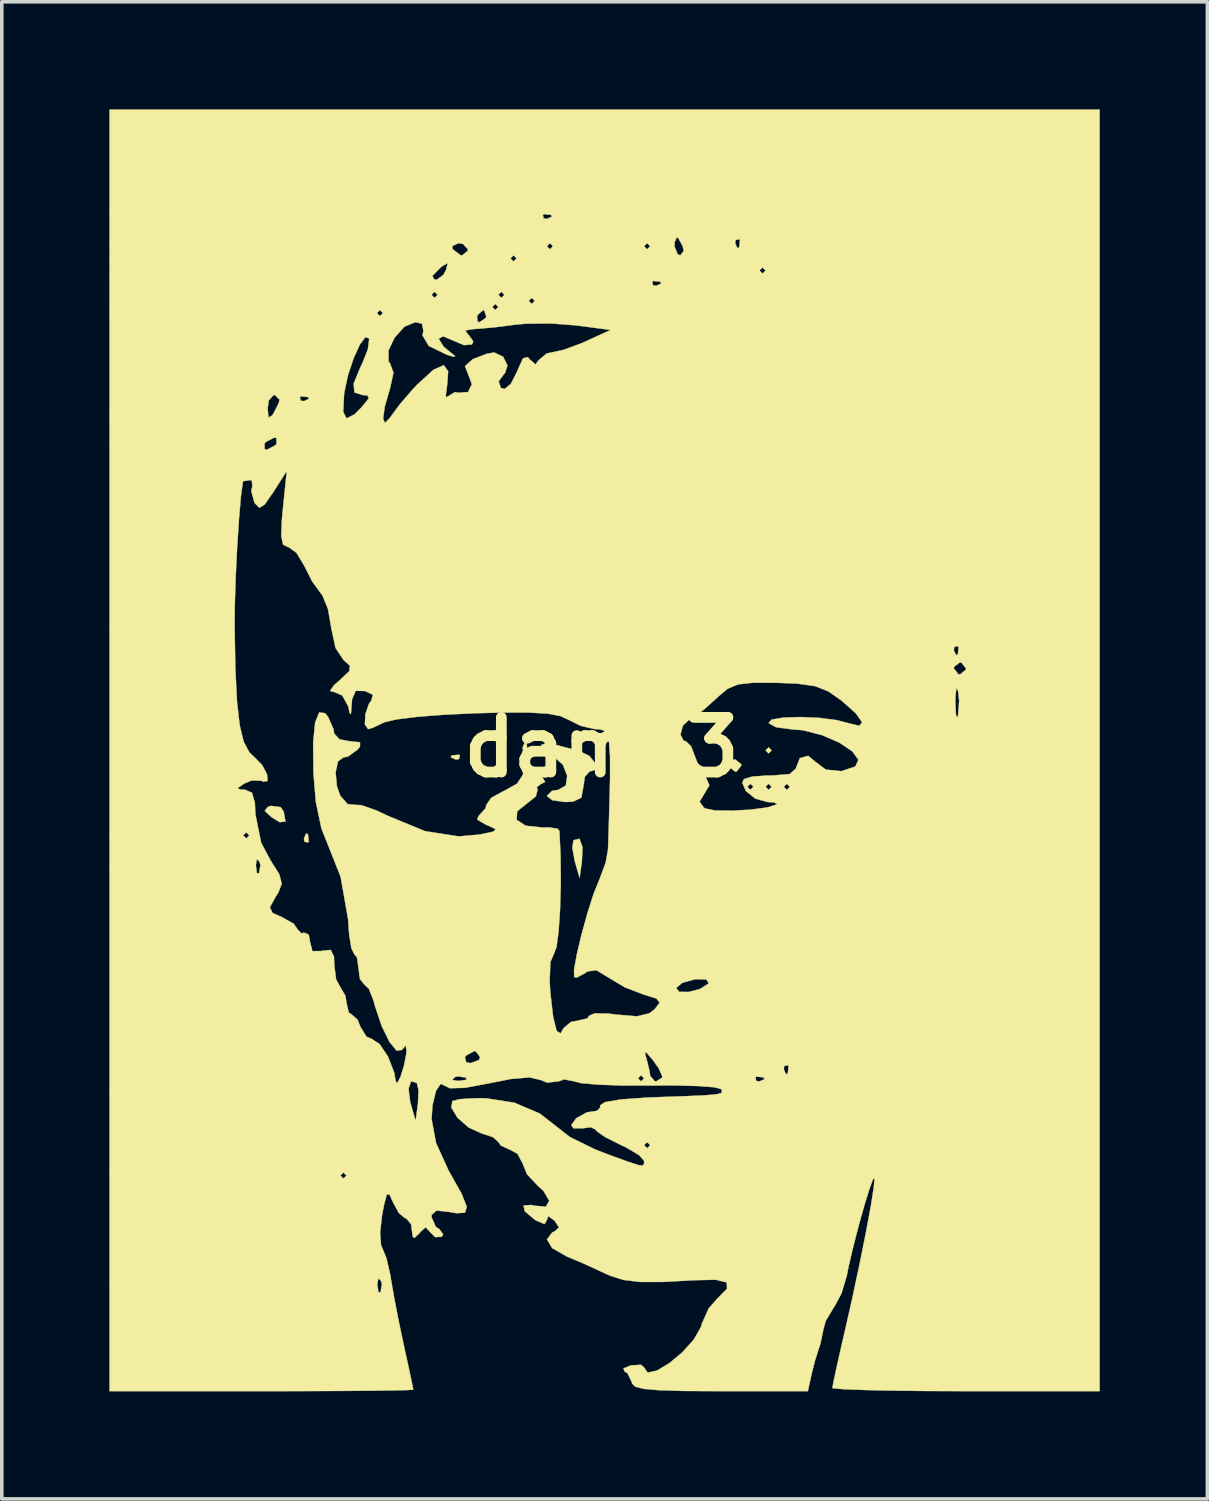
<source format=kicad_pcb>
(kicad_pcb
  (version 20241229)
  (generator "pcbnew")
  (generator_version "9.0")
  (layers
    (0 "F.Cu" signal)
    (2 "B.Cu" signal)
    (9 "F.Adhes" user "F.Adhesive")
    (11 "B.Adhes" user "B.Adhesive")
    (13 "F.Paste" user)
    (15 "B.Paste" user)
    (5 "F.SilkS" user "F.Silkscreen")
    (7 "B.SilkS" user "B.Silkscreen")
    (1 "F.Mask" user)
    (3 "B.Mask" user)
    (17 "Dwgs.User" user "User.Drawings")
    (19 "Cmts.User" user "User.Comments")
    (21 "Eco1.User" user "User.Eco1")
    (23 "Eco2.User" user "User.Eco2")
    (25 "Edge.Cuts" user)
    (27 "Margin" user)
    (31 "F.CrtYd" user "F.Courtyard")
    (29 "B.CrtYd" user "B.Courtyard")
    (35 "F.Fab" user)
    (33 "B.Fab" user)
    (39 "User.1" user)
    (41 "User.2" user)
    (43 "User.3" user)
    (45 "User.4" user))
  (footprint "damn3"
    (layer "F.Cu")
    (at 13.721 17.785)
    (property "Reference" "damn3" (at 0 0 0) (layer "F.SilkS") (effects (font (size 1.524 1.524) (thickness 0.3))))
    (attr through_hole)
    (fp_poly (pts (xy -2.879 0.593) (xy -2.963 0.677) (xy -3.048 0.593) (xy -2.963 0.508) (xy -2.879 0.593)) (stroke (width 0.01) (type solid)) (fill yes) (layer "F.SilkS"))
    (fp_poly (pts (xy 4.741 0.085) (xy 4.657 0.169) (xy 4.572 0.085) (xy 4.657 0) (xy 4.741 0.085)) (stroke (width 0.01) (type solid)) (fill yes) (layer "F.SilkS"))
    (fp_poly (pts (xy -8.184 2.427) (xy -8.164 2.628) (xy -8.184 2.653) (xy -8.285 2.63) (xy -8.297 2.54) (xy -8.235 2.401) (xy -8.184 2.427)) (stroke (width 0.01) (type solid)) (fill yes) (layer "F.SilkS"))
    (fp_poly (pts (xy -3.951 0.226) (xy -3.974 0.326) (xy -4.064 0.339) (xy -4.203 0.277) (xy -4.177 0.226) (xy -3.976 0.206) (xy -3.951 0.226)) (stroke (width 0.01) (type solid)) (fill yes) (layer "F.SilkS"))
    (fp_poly (pts (xy -2.088 -0.113) (xy -2.068 0.088) (xy -2.088 0.113) (xy -2.189 0.09) (xy -2.201 0) (xy -2.139 -0.139) (xy -2.088 -0.113)) (stroke (width 0.01) (type solid)) (fill yes) (layer "F.SilkS"))
    (fp_poly (pts (xy -0.533 2.78) (xy -0.547 3.16) (xy -0.612 3.641) (xy -0.749 3.167) (xy -0.816 2.794) (xy -0.782 2.589) (xy -0.617 2.548) (xy -0.533 2.78)) (stroke (width 0.01) (type solid)) (fill yes) (layer "F.SilkS"))
    (fp_poly (pts (xy -8.948 1.667) (xy -8.863 1.788) (xy -8.813 2.069) (xy -8.974 2.086) (xy -9.192 1.954) (xy -9.391 1.773) (xy -9.31 1.666) (xy -9.227 1.632) (xy -8.948 1.667)) (stroke (width 0.01) (type solid)) (fill yes) (layer "F.SilkS"))
    (fp_poly (pts (xy 3.89 0.468) (xy 3.895 0.508) (xy 3.766 0.672) (xy 3.725 0.677) (xy 3.561 0.548) (xy 3.556 0.508) (xy 3.685 0.344) (xy 3.725 0.339) (xy 3.89 0.468)) (stroke (width 0.01) (type solid)) (fill yes) (layer "F.SilkS"))
    (fp_poly (pts (xy -1.397 -0.104) (xy -1.007 0.002) (xy -0.635 0.095) (xy -0.337 0.242) (xy -0.169 0.453) (xy -0.184 0.628) (xy -0.339 0.677) (xy -0.466 0.822) (xy -0.508 1.101) (xy -0.563 1.403) (xy -0.795 1.514) (xy -1.016 1.524) (xy -1.373 1.475) (xy -1.524 1.357) (xy -1.524 1.355) (xy -1.383 1.214) (xy -1.209 1.185) (xy -0.997 1.067) (xy -0.959 0.794) (xy -1.076 0.487) (xy -1.324 0.267) (xy -1.373 0.248) (xy -1.632 0.093) (xy -1.679 -0.068) (xy -1.506 -0.127) (xy -1.397 -0.104)) (stroke (width 0.01) (type solid)) (fill yes) (layer "F.SilkS"))
    (fp_poly (pts (xy 13.885 17.949) (xy 10.16 17.949) (xy 9.078 17.945) (xy 8.119 17.934) (xy 7.332 17.917) (xy 6.766 17.896) (xy 6.468 17.871) (xy 6.435 17.859) (xy 6.471 17.663) (xy 6.567 17.22) (xy 6.704 16.613) (xy 6.759 16.377) (xy 6.982 15.394) (xy 7.189 14.425) (xy 7.368 13.536) (xy 7.506 12.791) (xy 7.59 12.256) (xy 7.61 12.019) (xy 7.568 12.041) (xy 7.466 12.318) (xy 7.326 12.773) (xy 7.169 13.333) (xy 7.017 13.921) (xy 6.89 14.464) (xy 6.836 14.732) (xy 6.69 15.223) (xy 6.485 15.604) (xy 6.473 15.617) (xy 6.253 15.984) (xy 6.188 16.21) (xy 6.103 16.624) (xy 6.056 16.764) (xy 5.944 17.119) (xy 5.853 17.484) (xy 5.751 17.949) (xy 3.299 17.949) (xy 2.315 17.944) (xy 1.625 17.924) (xy 1.181 17.886) (xy 0.938 17.825) (xy 0.85 17.736) (xy 0.847 17.709) (xy 0.723 17.449) (xy 0.639 17.4) (xy 0.612 17.315) (xy 0.809 17.233) (xy 1.098 17.213) (xy 1.185 17.288) (xy 1.286 17.433) (xy 1.544 17.376) (xy 1.889 17.169) (xy 2.254 16.864) (xy 2.57 16.513) (xy 2.768 16.167) (xy 2.795 16.07) (xy 2.986 15.644) (xy 3.214 15.382) (xy 3.497 15.094) (xy 3.492 14.918) (xy 3.184 14.843) (xy 2.582 14.856) (xy 1.703 14.905) (xy 1.075 14.904) (xy 0.616 14.849) (xy 0.24 14.731) (xy 0.085 14.661) (xy -0.456 14.411) (xy -0.974 14.192) (xy -1.378 13.96) (xy -1.521 13.719) (xy -1.376 13.525) (xy -1.312 13.497) (xy -1.186 13.384) (xy -1.312 13.195) (xy -1.486 13.068) (xy -1.524 13.176) (xy -1.59 13.292) (xy -1.833 13.187) (xy -1.863 13.169) (xy -2.142 12.933) (xy -2.174 12.774) (xy -1.957 12.758) (xy -1.877 12.78) (xy -1.55 12.804) (xy -1.459 12.643) (xy -1.617 12.369) (xy -1.776 12.224) (xy -2.076 11.904) (xy -2.201 11.602) (xy -2.201 11.601) (xy -2.344 11.33) (xy -2.54 11.225) (xy -2.814 11.097) (xy -2.879 11) (xy -3.024 10.87) (xy -3.349 10.761) (xy -3.708 10.598) (xy -4.016 10.327) (xy -4.188 10.044) (xy -4.16 9.861) (xy -3.948 9.808) (xy -3.515 9.782) (xy -3.226 9.783) (xy -2.432 9.907) (xy -1.724 10.208) (xy -1.355 10.495) (xy -0.883 10.865) (xy -0.174 11.212) (xy 0.196 11.355) (xy 0.738 11.552) (xy 1.035 11.649) (xy 1.159 11.658) (xy 1.186 11.592) (xy 1.185 11.527) (xy 1.045 11.369) (xy 0.69 11.157) (xy 0.551 11.091) (xy 1.185 11.091) (xy 1.27 11.176) (xy 1.355 11.091) (xy 1.27 11.007) (xy 1.185 11.091) (xy 0.551 11.091) (xy 0.508 11.071) (xy 0.097 10.864) (xy -0.144 10.695) (xy -0.169 10.651) (xy -0.305 10.59) (xy -0.508 10.619) (xy -0.778 10.622) (xy -0.847 10.537) (xy -0.709 10.342) (xy -0.411 10.176) (xy -0.127 10.133) (xy -0.035 10.038) (xy -0.042 9.983) (xy 0.097 9.891) (xy 0.543 9.816) (xy 1.261 9.764) (xy 1.524 9.753) (xy 2.348 9.725) (xy 2.888 9.701) (xy 3.2 9.674) (xy 3.338 9.637) (xy 3.359 9.583) (xy 3.328 9.524) (xy 3.137 9.476) (xy 2.679 9.442) (xy 2.024 9.425) (xy 1.33 9.427) (xy 0.547 9.427) (xy -0.114 9.403) (xy -0.58 9.36) (xy -0.766 9.31) (xy -1.046 9.257) (xy -1.176 9.307) (xy -1.514 9.348) (xy -1.689 9.277) (xy -1.887 9.229) (xy 1.016 9.229) (xy 1.101 9.313) (xy 1.185 9.229) (xy 1.101 9.144) (xy 1.016 9.229) (xy -1.887 9.229) (xy -2.001 9.201) (xy -2.536 9.247) (xy -3.101 9.36) (xy -3.813 9.493) (xy -4.232 9.503) (xy -4.339 9.448) (xy -4.484 9.381) (xy -4.618 9.581) (xy -4.713 9.979) (xy -4.739 10.364) (xy -4.615 11.029) (xy -4.264 11.8) (xy -4.233 11.853) (xy -3.9 12.449) (xy -3.758 12.809) (xy -3.808 12.974) (xy -4.049 12.988) (xy -4.233 12.954) (xy -4.602 12.914) (xy -4.736 13.032) (xy -4.741 13.096) (xy -4.621 13.368) (xy -4.53 13.425) (xy -4.416 13.574) (xy -4.454 13.646) (xy -4.641 13.654) (xy -4.751 13.542) (xy -4.906 13.379) (xy -5.059 13.519) (xy -5.077 13.547) (xy -5.223 13.682) (xy -5.266 13.631) (xy -5.31 13.301) (xy -5.311 13.293) (xy -5.45 13.128) (xy -5.484 13.123) (xy -5.651 12.984) (xy -5.805 12.7) (xy -5.913 12.465) (xy -5.988 12.469) (xy -6.063 12.75) (xy -6.117 13.026) (xy -6.173 13.519) (xy -6.148 13.88) (xy -6.115 13.957) (xy -6 14.233) (xy -5.894 14.688) (xy -5.873 14.817) (xy -5.783 15.339) (xy -5.648 16.033) (xy -5.511 16.679) (xy -5.383 17.265) (xy -5.29 17.702) (xy -5.25 17.903) (xy -5.249 17.907) (xy -5.411 17.919) (xy -5.866 17.929) (xy -6.569 17.938) (xy -7.475 17.944) (xy -8.538 17.948) (xy -9.483 17.949) (xy -13.716 17.949) (xy -13.716 14.972) (xy -6.252 14.972) (xy -6.221 15.192) (xy -6.163 15.194) (xy -6.123 14.968) (xy -6.15 14.87) (xy -6.225 14.805) (xy -6.252 14.972) (xy -13.716 14.972) (xy -13.716 11.938) (xy -7.281 11.938) (xy -7.197 12.023) (xy -7.112 11.938) (xy -7.197 11.853) (xy -7.281 11.938) (xy -13.716 11.938) (xy -13.716 9.516) (xy -5.381 9.516) (xy -5.336 9.886) (xy -5.321 9.94) (xy -5.184 10.414) (xy -5.119 9.933) (xy -5.103 9.553) (xy -5.152 9.354) (xy -5.311 9.31) (xy -5.381 9.516) (xy -13.716 9.516) (xy -13.716 3.288) (xy -9.639 3.288) (xy -9.607 3.508) (xy -9.55 3.51) (xy -9.509 3.284) (xy -9.536 3.186) (xy -9.612 3.121) (xy -9.639 3.288) (xy -13.716 3.288) (xy -13.716 2.455) (xy -9.991 2.455) (xy -9.906 2.54) (xy -9.821 2.455) (xy -9.906 2.371) (xy -9.991 2.455) (xy -13.716 2.455) (xy -13.716 -3.387) (xy -10.231 -3.387) (xy -10.209 -2.18) (xy -10.163 -1.267) (xy -10.087 -0.606) (xy -9.975 -0.151) (xy -9.82 0.139) (xy -9.682 0.269) (xy -9.462 0.494) (xy -9.327 0.75) (xy -9.309 0.937) (xy -9.436 0.957) (xy -9.481 0.932) (xy -9.75 0.922) (xy -9.947 1.002) (xy -10.153 1.138) (xy -10.064 1.177) (xy -9.948 1.18) (xy -9.749 1.262) (xy -9.664 1.551) (xy -9.652 1.855) (xy -9.491 2.66) (xy -9.235 3.14) (xy -8.984 3.54) (xy -8.916 3.8) (xy -9.012 4.049) (xy -9.083 4.161) (xy -9.248 4.46) (xy -9.173 4.617) (xy -8.908 4.735) (xy -8.586 4.916) (xy -8.467 5.086) (xy -8.363 5.191) (xy -8.297 5.165) (xy -8.165 5.218) (xy -8.128 5.42) (xy -8.063 5.681) (xy -7.813 5.68) (xy -7.789 5.673) (xy -7.551 5.648) (xy -7.46 5.837) (xy -7.451 6.075) (xy -7.4 6.47) (xy -7.281 6.689) (xy -7.139 6.928) (xy -7.112 7.122) (xy -7.048 7.392) (xy -6.962 7.451) (xy -6.804 7.592) (xy -6.724 7.789) (xy -6.557 8.065) (xy -6.408 8.129) (xy -6.185 8.275) (xy -5.953 8.626) (xy -5.783 9.059) (xy -5.74 9.305) (xy -5.694 9.359) (xy -5.65 9.273) (xy -4.16 9.273) (xy -3.993 9.3) (xy -3.774 9.269) (xy -3.771 9.211) (xy -3.998 9.171) (xy -4.096 9.198) (xy -4.16 9.273) (xy -5.65 9.273) (xy -5.605 9.185) (xy -5.511 8.883) (xy -5.462 8.636) (xy -3.81 8.636) (xy -3.772 8.781) (xy -3.651 8.805) (xy -3.419 8.717) (xy -3.387 8.636) (xy -3.455 8.543) (xy 1.212 8.543) (xy 1.256 8.692) (xy 1.34 9.032) (xy 1.355 9.158) (xy 1.484 9.309) (xy 1.524 9.313) (xy 1.689 9.208) (xy 1.69 9.2) (xy 4.29 9.2) (xy 4.313 9.301) (xy 4.403 9.313) (xy 4.542 9.251) (xy 4.516 9.2) (xy 4.315 9.18) (xy 4.29 9.2) (xy 1.69 9.2) (xy 1.693 9.176) (xy 1.606 8.975) (xy 5.08 8.975) (xy 5.142 9.114) (xy 5.193 9.088) (xy 5.213 8.887) (xy 5.193 8.862) (xy 5.092 8.885) (xy 5.08 8.975) (xy 1.606 8.975) (xy 1.597 8.952) (xy 1.426 8.711) (xy 1.237 8.495) (xy 1.212 8.543) (xy -3.455 8.543) (xy -3.508 8.472) (xy -3.546 8.467) (xy -3.775 8.59) (xy -3.81 8.636) (xy -5.462 8.636) (xy -5.446 8.554) (xy -5.438 8.467) (xy -5.459 8.31) (xy -5.566 8.436) (xy -5.713 8.456) (xy -5.913 8.213) (xy -6.129 7.771) (xy -6.323 7.194) (xy -6.355 7.07) (xy -6.486 6.733) (xy -6.622 6.604) (xy -6.736 6.459) (xy -6.773 6.181) (xy -6.817 5.862) (xy -6.9 5.756) (xy -6.975 5.602) (xy -7.038 5.204) (xy -7.067 4.789) (xy -7.276 3.605) (xy -7.54 2.94) (xy -7.811 2.26) (xy -7.967 1.516) (xy -8.032 0.713) (xy -8.041 -0.121) (xy -7.986 -0.69) (xy -7.873 -0.974) (xy -7.707 -0.952) (xy -7.623 -0.847) (xy -7.475 -0.512) (xy -7.453 -0.381) (xy -7.306 -0.223) (xy -7.021 -0.169) (xy -6.733 -0.141) (xy -6.735 -0.02) (xy -6.809 0.068) (xy -7.07 0.257) (xy -7.193 0.28) (xy -7.35 0.392) (xy -7.415 0.707) (xy -7.376 1.1) (xy -7.283 1.351) (xy -7.079 1.583) (xy -6.927 1.599) (xy -6.694 1.613) (xy -6.277 1.759) (xy -5.962 1.908) (xy -4.918 2.338) (xy -3.98 2.483) (xy -3.405 2.432) (xy -3.025 2.352) (xy -2.948 2.286) (xy -3.145 2.188) (xy -3.224 2.157) (xy -3.467 2.014) (xy -3.429 1.914) (xy -3.232 1.698) (xy -3.217 1.611) (xy -3.074 1.406) (xy -2.727 1.217) (xy -2.709 1.211) (xy -2.356 1.013) (xy -2.202 0.779) (xy -2.201 0.771) (xy -2.113 0.535) (xy -1.89 0.576) (xy -1.693 0.762) (xy -1.573 0.968) (xy -1.683 1.016) (xy -1.806 1.114) (xy -1.783 1.177) (xy -1.832 1.368) (xy -2.027 1.521) (xy -2.351 1.783) (xy -2.37 2.019) (xy -2.117 2.185) (xy -1.625 2.238) (xy -1.482 2.23) (xy -1.226 2.268) (xy -1.176 2.33) (xy -1.143 3.025) (xy -1.137 3.776) (xy -1.156 4.504) (xy -1.197 5.128) (xy -1.255 5.566) (xy -1.319 5.735) (xy -1.427 5.987) (xy -1.447 6.534) (xy -1.427 6.855) (xy -1.348 7.527) (xy -1.252 7.906) (xy -1.143 7.975) (xy -1.063 7.832) (xy -0.853 7.655) (xy -0.663 7.62) (xy -0.396 7.558) (xy -0.339 7.478) (xy -0.19 7.416) (xy 0.189 7.423) (xy 0.436 7.453) (xy 0.988 7.499) (xy 1.331 7.416) (xy 1.476 7.305) (xy 1.62 7.119) (xy 1.53 7.003) (xy 1.177 6.893) (xy 0.698 6.709) (xy 2.081 6.709) (xy 2.162 6.816) (xy 2.425 6.82) (xy 2.737 6.74) (xy 2.965 6.597) (xy 2.984 6.571) (xy 2.919 6.47) (xy 2.613 6.464) (xy 2.249 6.565) (xy 2.081 6.709) (xy 0.698 6.709) (xy 0.643 6.688) (xy 0.198 6.421) (xy -0.148 6.212) (xy -0.396 6.248) (xy -0.451 6.289) (xy -0.685 6.417) (xy -0.763 6.406) (xy -0.768 6.206) (xy -0.692 5.78) (xy -0.56 5.222) (xy -0.395 4.626) (xy -0.223 4.087) (xy -0.067 3.7) (xy -0.064 3.693) (xy 0.113 3.222) (xy 0.18 2.847) (xy 0.216 1.704) (xy 0.237 0.855) (xy 0.236 0.257) (xy 0.21 -0.134) (xy 0.155 -0.354) (xy 2.2 -0.354) (xy 2.288 -0.183) (xy 2.352 -0.169) (xy 2.498 -0.025) (xy 2.62 0.295) (xy 2.767 0.676) (xy 2.924 0.874) (xy 3.007 1.058) (xy 2.879 1.27) (xy 2.733 1.513) (xy 2.847 1.676) (xy 2.89 1.704) (xy 3.161 1.759) (xy 3.63 1.767) (xy 4.164 1.736) (xy 4.629 1.674) (xy 4.893 1.589) (xy 4.897 1.586) (xy 4.816 1.537) (xy 4.621 1.524) (xy 4.292 1.432) (xy 4.026 1.22) (xy 3.973 1.101) (xy 4.064 1.101) (xy 4.149 1.185) (xy 4.233 1.101) (xy 4.572 1.101) (xy 4.657 1.185) (xy 4.741 1.101) (xy 5.08 1.101) (xy 5.165 1.185) (xy 5.249 1.101) (xy 5.165 1.016) (xy 5.08 1.101) (xy 4.741 1.101) (xy 4.657 1.016) (xy 4.572 1.101) (xy 4.233 1.101) (xy 4.149 1.016) (xy 4.064 1.101) (xy 3.973 1.101) (xy 3.923 0.986) (xy 3.966 0.888) (xy 4.199 0.815) (xy 4.626 0.785) (xy 4.752 0.786) (xy 5.243 0.746) (xy 5.418 0.594) (xy 5.419 0.581) (xy 5.528 0.301) (xy 5.761 0.236) (xy 5.957 0.4) (xy 6.25 0.62) (xy 6.685 0.665) (xy 7.074 0.535) (xy 7.161 0.347) (xy 6.99 0.112) (xy 6.63 -0.13) (xy 6.149 -0.339) (xy 5.616 -0.476) (xy 5.248 -0.508) (xy 4.861 -0.561) (xy 4.657 -0.677) (xy 4.738 -0.773) (xy 5.062 -0.829) (xy 5.535 -0.845) (xy 6.062 -0.822) (xy 6.55 -0.76) (xy 6.847 -0.682) (xy 7.186 -0.601) (xy 7.264 -0.699) (xy 7.086 -0.951) (xy 6.728 -1.27) (xy 9.864 -1.27) (xy 9.878 -0.921) (xy 9.916 -0.832) (xy 9.938 -0.887) (xy 9.969 -1.294) (xy 9.941 -1.564) (xy 9.896 -1.658) (xy 9.868 -1.455) (xy 9.864 -1.27) (xy 6.728 -1.27) (xy 6.691 -1.303) (xy 6.325 -1.559) (xy 5.954 -1.706) (xy 5.459 -1.776) (xy 4.881 -1.799) (xy 4.228 -1.801) (xy 3.809 -1.756) (xy 3.517 -1.635) (xy 3.25 -1.412) (xy 3.193 -1.357) (xy 2.822 -1.025) (xy 2.506 -0.808) (xy 2.464 -0.789) (xy 2.268 -0.607) (xy 2.2 -0.354) (xy 0.155 -0.354) (xy 0.153 -0.362) (xy 0.061 -0.471) (xy -0.072 -0.505) (xy -0.193 -0.508) (xy -0.581 -0.599) (xy -0.91 -0.763) (xy -1.146 -0.872) (xy -1.498 -0.939) (xy -2.024 -0.97) (xy -2.786 -0.969) (xy -3.506 -0.951) (xy -4.366 -0.911) (xy -5.127 -0.852) (xy -5.711 -0.78) (xy -6.043 -0.704) (xy -6.062 -0.695) (xy -6.373 -0.548) (xy -6.508 -0.508) (xy -6.599 -0.64) (xy -6.584 -0.93) (xy -6.482 -1.22) (xy -6.423 -1.298) (xy -6.373 -1.466) (xy -6.593 -1.57) (xy -6.854 -1.576) (xy -6.954 -1.348) (xy -6.966 -1.212) (xy -6.988 -0.924) (xy -7.024 -0.96) (xy -7.062 -1.143) (xy -7.228 -1.445) (xy -7.42 -1.53) (xy -7.569 -1.573) (xy -7.464 -1.728) (xy -7.298 -1.874) (xy -7.034 -2.121) (xy -7.025 -2.201) (xy 9.821 -2.201) (xy 9.95 -2.037) (xy 9.991 -2.032) (xy 10.155 -2.161) (xy 10.16 -2.201) (xy 10.031 -2.366) (xy 9.991 -2.371) (xy 9.826 -2.242) (xy 9.821 -2.201) (xy -7.025 -2.201) (xy -7.017 -2.277) (xy -7.189 -2.429) (xy -7.376 -2.709) (xy 9.821 -2.709) (xy 9.883 -2.57) (xy 9.934 -2.596) (xy 9.954 -2.797) (xy 9.934 -2.822) (xy 9.834 -2.799) (xy 9.821 -2.709) (xy -7.376 -2.709) (xy -7.417 -2.772) (xy -7.538 -3.332) (xy -7.539 -3.353) (xy -7.628 -3.858) (xy -7.784 -4.24) (xy -7.833 -4.302) (xy -8.069 -4.628) (xy -8.291 -5.066) (xy -8.505 -5.422) (xy -8.732 -5.587) (xy -8.75 -5.588) (xy -8.879 -5.651) (xy -8.93 -5.886) (xy -8.911 -6.36) (xy -8.884 -6.646) (xy -8.776 -7.705) (xy -9.147 -7.122) (xy -9.392 -6.769) (xy -9.544 -6.678) (xy -9.67 -6.811) (xy -9.679 -6.827) (xy -9.766 -7.144) (xy -9.736 -7.283) (xy -9.751 -7.438) (xy -9.811 -7.451) (xy -9.991 -7.419) (xy -9.999 -7.408) (xy -10.054 -7.003) (xy -10.109 -6.357) (xy -10.16 -5.568) (xy -10.201 -4.734) (xy -10.226 -3.952) (xy -10.231 -3.387) (xy -13.716 -3.387) (xy -13.716 -8.467) (xy -9.398 -8.467) (xy -9.39 -8.31) (xy -9.333 -8.297) (xy -9.094 -8.421) (xy -9.059 -8.467) (xy -9.067 -8.623) (xy -9.124 -8.636) (xy -9.363 -8.512) (xy -9.398 -8.467) (xy -13.716 -8.467) (xy -13.716 -9.161) (xy -6.091 -9.161) (xy -6.039 -9.044) (xy -5.893 -9.195) (xy -5.874 -9.225) (xy -5.631 -9.555) (xy -5.268 -9.977) (xy -5.139 -10.114) (xy -4.684 -10.529) (xy -4.398 -10.653) (xy -4.277 -10.484) (xy -4.303 -10.118) (xy -4.343 -9.807) (xy -4.318 -9.746) (xy -4.305 -9.769) (xy -4.093 -9.902) (xy -3.986 -9.885) (xy -3.723 -9.905) (xy -3.615 -10.124) (xy -3.722 -10.41) (xy -3.808 -10.628) (xy -3.6 -10.813) (xy -3.578 -10.826) (xy -3.197 -10.973) (xy -2.993 -11.007) (xy -2.745 -10.89) (xy -2.622 -10.644) (xy -2.697 -10.423) (xy -2.717 -10.409) (xy -2.869 -10.205) (xy -2.809 -10.022) (xy -2.701 -9.991) (xy -2.529 -10.134) (xy -2.352 -10.481) (xy -2.34 -10.515) (xy -2.19 -10.847) (xy -2.057 -10.879) (xy -1.997 -10.811) (xy -1.842 -10.675) (xy -1.751 -10.795) (xy -1.528 -10.983) (xy -1.383 -11.011) (xy -1.059 -11.082) (xy -0.59 -11.254) (xy -0.423 -11.327) (xy 0.254 -11.637) (xy -0.712 -11.764) (xy -1.406 -11.817) (xy -2.1 -11.812) (xy -2.405 -11.783) (xy -2.965 -11.712) (xy -3.449 -11.668) (xy -3.54 -11.664) (xy -3.796 -11.625) (xy -3.737 -11.523) (xy -3.714 -11.508) (xy -3.577 -11.32) (xy -3.611 -11.234) (xy -3.836 -11.213) (xy -4.088 -11.321) (xy -4.418 -11.459) (xy -4.542 -11.39) (xy -4.406 -11.174) (xy -4.306 -11.089) (xy -4.082 -10.907) (xy -4.13 -10.889) (xy -4.318 -10.948) (xy -4.818 -11.192) (xy -4.991 -11.483) (xy -4.967 -11.612) (xy -5.007 -11.813) (xy -5.195 -11.853) (xy -5.498 -11.726) (xy -5.771 -11.422) (xy -5.942 -11.061) (xy -5.937 -10.76) (xy -5.899 -10.708) (xy -5.801 -10.445) (xy -5.901 -9.992) (xy -5.906 -9.978) (xy -6.047 -9.49) (xy -6.091 -9.161) (xy -13.716 -9.161) (xy -13.716 -9.44) (xy -9.311 -9.44) (xy -9.284 -9.193) (xy -9.184 -9.254) (xy -9.144 -9.313) (xy -9.124 -9.353) (xy -7.203 -9.353) (xy -7.11 -9.169) (xy -6.885 -9.285) (xy -6.689 -9.483) (xy -6.491 -9.727) (xy -6.528 -9.813) (xy -6.662 -9.821) (xy -6.891 -9.894) (xy -6.911 -10.14) (xy -6.721 -10.603) (xy -6.678 -10.688) (xy -6.516 -11.092) (xy -6.478 -11.385) (xy -6.482 -11.399) (xy -6.584 -11.437) (xy -6.739 -11.228) (xy -6.912 -10.849) (xy -7.068 -10.38) (xy -7.171 -9.899) (xy -7.178 -9.848) (xy -7.203 -9.353) (xy -9.124 -9.353) (xy -9.001 -9.597) (xy -8.977 -9.694) (xy -9.05 -9.765) (xy -8.41 -9.765) (xy -8.387 -9.664) (xy -8.297 -9.652) (xy -8.158 -9.714) (xy -8.184 -9.765) (xy -8.385 -9.785) (xy -8.41 -9.765) (xy -9.05 -9.765) (xy -9.104 -9.818) (xy -9.144 -9.821) (xy -9.275 -9.678) (xy -9.311 -9.44) (xy -13.716 -9.44) (xy -13.716 -12.107) (xy -6.265 -12.107) (xy -6.181 -12.023) (xy -3.471 -12.023) (xy -3.458 -11.867) (xy -3.397 -11.853) (xy -3.224 -11.976) (xy -3.217 -12.023) (xy -3.275 -12.188) (xy -3.292 -12.192) (xy -3.437 -12.073) (xy -3.471 -12.023) (xy -6.181 -12.023) (xy -6.096 -12.107) (xy -6.181 -12.192) (xy -6.265 -12.107) (xy -13.716 -12.107) (xy -13.716 -12.277) (xy -3.048 -12.277) (xy -2.963 -12.192) (xy -2.879 -12.277) (xy -2.963 -12.361) (xy -3.048 -12.277) (xy -13.716 -12.277) (xy -13.716 -12.446) (xy -2.032 -12.446) (xy -1.947 -12.361) (xy -1.863 -12.446) (xy -1.947 -12.531) (xy -2.032 -12.446) (xy -13.716 -12.446) (xy -13.716 -12.615) (xy -4.741 -12.615) (xy -4.657 -12.531) (xy -4.572 -12.615) (xy -2.879 -12.615) (xy -2.794 -12.531) (xy -2.709 -12.615) (xy -2.794 -12.7) (xy -2.879 -12.615) (xy -4.572 -12.615) (xy -4.657 -12.7) (xy -4.741 -12.615) (xy -13.716 -12.615) (xy -13.716 -12.982) (xy 1.411 -12.982) (xy 1.434 -12.882) (xy 1.524 -12.869) (xy 1.663 -12.931) (xy 1.637 -12.982) (xy 1.436 -13.002) (xy 1.411 -12.982) (xy -13.716 -12.982) (xy -13.716 -13.142) (xy -4.718 -13.142) (xy -4.664 -13.044) (xy -4.59 -13.039) (xy -4.408 -13.174) (xy -4.345 -13.293) (xy 4.403 -13.293) (xy 4.487 -13.208) (xy 4.572 -13.293) (xy 4.487 -13.377) (xy 4.403 -13.293) (xy -4.345 -13.293) (xy -4.332 -13.317) (xy -4.289 -13.499) (xy -4.433 -13.421) (xy -4.483 -13.381) (xy -4.718 -13.142) (xy -13.716 -13.142) (xy -13.716 -13.631) (xy -2.54 -13.631) (xy -2.455 -13.547) (xy -2.371 -13.631) (xy -2.455 -13.716) (xy -2.54 -13.631) (xy -13.716 -13.631) (xy -13.716 -13.973) (xy -4.165 -13.973) (xy -4.149 -13.885) (xy -3.932 -13.722) (xy -3.885 -13.716) (xy -3.73 -13.845) (xy -3.725 -13.885) (xy -3.804 -13.97) (xy -1.524 -13.97) (xy -1.439 -13.885) (xy -1.355 -13.97) (xy 1.185 -13.97) (xy 1.27 -13.885) (xy 1.355 -13.97) (xy 2.032 -13.97) (xy 2.121 -13.745) (xy 2.196 -13.716) (xy 2.289 -13.84) (xy 2.263 -13.97) (xy 2.217 -14.055) (xy 3.725 -14.055) (xy 3.787 -13.915) (xy 3.838 -13.942) (xy 3.858 -14.143) (xy 3.838 -14.168) (xy 3.738 -14.144) (xy 3.725 -14.055) (xy 2.217 -14.055) (xy 2.142 -14.193) (xy 2.099 -14.224) (xy 2.039 -14.086) (xy 2.032 -13.97) (xy 1.355 -13.97) (xy 1.27 -14.055) (xy 1.185 -13.97) (xy -1.355 -13.97) (xy -1.439 -14.055) (xy -1.524 -13.97) (xy -3.804 -13.97) (xy -3.863 -14.034) (xy -3.989 -14.055) (xy -4.165 -13.973) (xy -13.716 -13.973) (xy -13.716 -14.845) (xy -1.637 -14.845) (xy -1.614 -14.744) (xy -1.524 -14.732) (xy -1.385 -14.794) (xy -1.411 -14.845) (xy -1.612 -14.865) (xy -1.637 -14.845) (xy -13.716 -14.845) (xy -13.716 -17.78) (xy 13.885 -17.78) (xy 13.885 17.949)) (stroke (width 0.01) (type solid)) (fill yes) (layer "F.SilkS")))
  (gr_rect
    (start -3 -3)
    (end 30.611 38.739)
    (stroke (width 0.1) (type default))
    (fill no)
    (layer "Edge.Cuts")))
</source>
